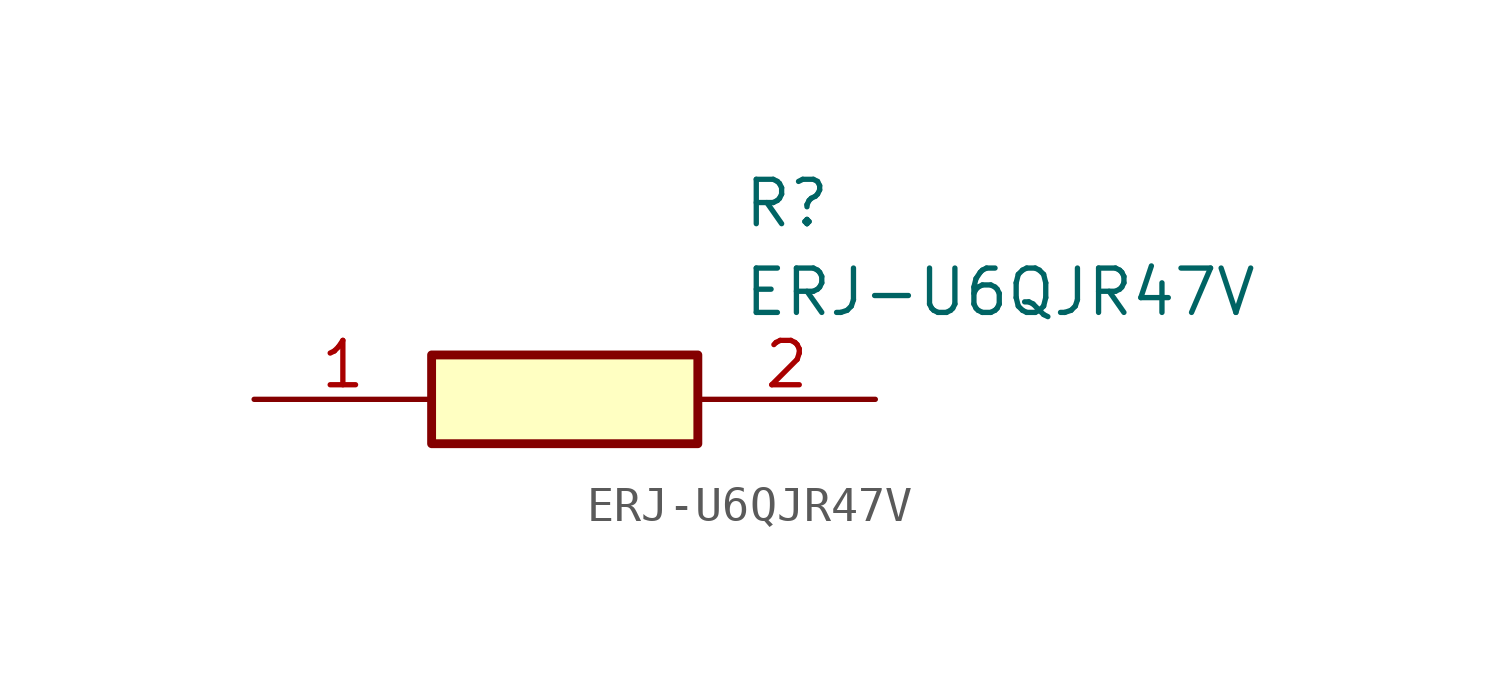
<source format=kicad_sym>
(kicad_symbol_lib
  (version 20211014)
  (generator SamacSys_ECAD_Model)
  (symbol "ERJ-U6QJR47V"
    (pin_names hide)
    (property "Reference" "R"
      (at 13.97 6.35 0)
      (effects (font (size 1.27 1.27)) (justify left top)))
    (property "Value" "ERJ-U6QJR47V"
      (at 13.97 3.81 0)
      (effects (font (size 1.27 1.27)) (justify left top)))
    (rectangle
      (start 5.08 1.27)
      (end 12.7 -1.27)
      (stroke (width 0.254) (type default))
      (fill (type background)))
    (pin passive line
      (at 0 0 0)
      (length 5.08)
      (name "1" (effects (font (size 1.27 1.27))))
      (number "1" (effects (font (size 1.27 1.27)))))
    (pin passive line
      (at 17.78 0 180)
      (length 5.08)
      (name "2" (effects (font (size 1.27 1.27))))
      (number "2" (effects (font (size 1.27 1.27)))))))
</source>
